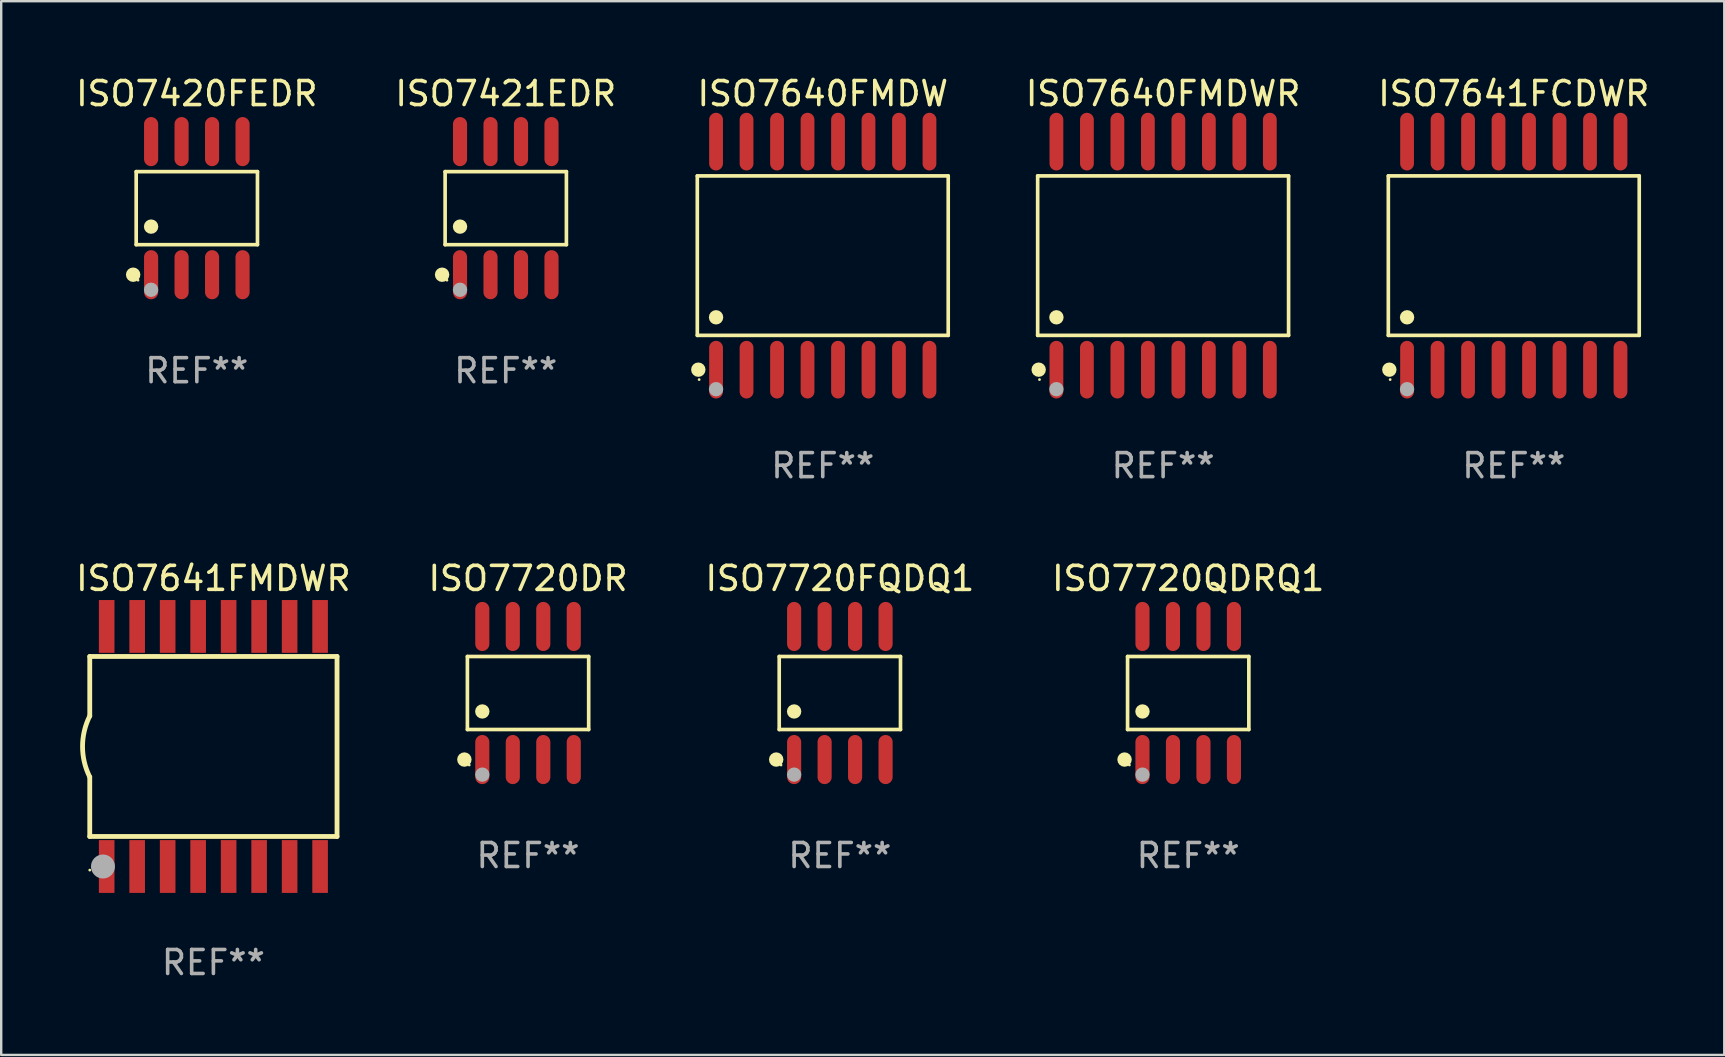
<source format=kicad_pcb>
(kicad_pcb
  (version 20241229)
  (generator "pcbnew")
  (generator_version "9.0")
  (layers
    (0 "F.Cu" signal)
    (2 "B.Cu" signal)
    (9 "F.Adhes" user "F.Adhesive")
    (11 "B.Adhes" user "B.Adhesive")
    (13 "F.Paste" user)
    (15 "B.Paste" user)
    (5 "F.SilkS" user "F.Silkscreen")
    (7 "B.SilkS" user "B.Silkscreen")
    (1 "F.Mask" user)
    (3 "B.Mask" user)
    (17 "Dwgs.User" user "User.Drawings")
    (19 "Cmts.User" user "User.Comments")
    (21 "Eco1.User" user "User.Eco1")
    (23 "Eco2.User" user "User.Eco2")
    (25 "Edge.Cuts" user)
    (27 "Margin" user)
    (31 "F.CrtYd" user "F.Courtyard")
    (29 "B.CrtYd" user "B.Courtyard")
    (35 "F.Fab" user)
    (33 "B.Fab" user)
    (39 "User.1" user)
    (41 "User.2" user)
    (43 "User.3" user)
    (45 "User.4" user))
  (footprint "ISO7720QDRQ1"
    (layer "F.Cu")
    (at 46.446 25.818)
    (property "Reference" "ISO7720QDRQ1" (at 0 -4.772 0) (layer "F.SilkS") (effects (font (size 1 1) (thickness 0.15))))
    (attr through_hole)
    (fp_line (start -2.526 -1.521) (end 2.526 -1.521) (stroke (width 0.152) (type solid)) (layer "F.SilkS"))
    (fp_line (start -2.526 1.521) (end -2.526 -1.521) (stroke (width 0.152) (type solid)) (layer "F.SilkS"))
    (fp_line (start 2.526 -1.521) (end 2.526 1.521) (stroke (width 0.152) (type solid)) (layer "F.SilkS"))
    (fp_line (start 2.526 1.521) (end -2.526 1.521) (stroke (width 0.152) (type solid)) (layer "F.SilkS"))
    (fp_circle (center -2.652 2.772) (end -2.501 2.772) (stroke (width 0.3) (type solid)) (fill no) (layer "F.SilkS"))
    (fp_circle (center -2.45 3) (end -2.42 3) (stroke (width 0.06) (type solid)) (fill no) (layer "F.SilkS"))
    (fp_circle (center -1.905 0.769) (end -1.755 0.769) (stroke (width 0.3) (type solid)) (fill no) (layer "F.SilkS"))
    (fp_circle (center -1.905 3.4) (end -1.755 3.4) (stroke (width 0.3) (type solid)) (fill no) (layer "F.Fab"))
    (fp_text user "REF**" (at 0 6.772 0) (layer "F.Fab") (effects (font (size 1 1) (thickness 0.15))))
    (pad "1" smd oval (at -1.905 2.772) (size 0.588 2.045) (layers "F.Cu" "F.Mask" "F.Paste"))
    (pad "2" smd oval (at -0.635 2.772) (size 0.588 2.045) (layers "F.Cu" "F.Mask" "F.Paste"))
    (pad "3" smd oval (at 0.635 2.772) (size 0.588 2.045) (layers "F.Cu" "F.Mask" "F.Paste"))
    (pad "4" smd oval (at 1.905 2.772) (size 0.588 2.045) (layers "F.Cu" "F.Mask" "F.Paste"))
    (pad "5" smd oval (at 1.905 -2.772) (size 0.588 2.045) (layers "F.Cu" "F.Mask" "F.Paste"))
    (pad "6" smd oval (at 0.635 -2.772) (size 0.588 2.045) (layers "F.Cu" "F.Mask" "F.Paste"))
    (pad "7" smd oval (at -0.635 -2.772) (size 0.588 2.045) (layers "F.Cu" "F.Mask" "F.Paste"))
    (pad "8" smd oval (at -1.905 -2.772) (size 0.588 2.045) (layers "F.Cu" "F.Mask" "F.Paste")))
  (footprint "ISO7720DR"
    (layer "F.Cu")
    (at 18.946 25.818)
    (property "Reference" "ISO7720DR" (at 0 -4.772 0) (layer "F.SilkS") (effects (font (size 1 1) (thickness 0.15))))
    (attr through_hole)
    (fp_line (start -2.526 -1.521) (end 2.526 -1.521) (stroke (width 0.152) (type solid)) (layer "F.SilkS"))
    (fp_line (start -2.526 1.521) (end -2.526 -1.521) (stroke (width 0.152) (type solid)) (layer "F.SilkS"))
    (fp_line (start 2.526 -1.521) (end 2.526 1.521) (stroke (width 0.152) (type solid)) (layer "F.SilkS"))
    (fp_line (start 2.526 1.521) (end -2.526 1.521) (stroke (width 0.152) (type solid)) (layer "F.SilkS"))
    (fp_circle (center -2.652 2.772) (end -2.501 2.772) (stroke (width 0.3) (type solid)) (fill no) (layer "F.SilkS"))
    (fp_circle (center -2.45 3) (end -2.42 3) (stroke (width 0.06) (type solid)) (fill no) (layer "F.SilkS"))
    (fp_circle (center -1.905 0.769) (end -1.755 0.769) (stroke (width 0.3) (type solid)) (fill no) (layer "F.SilkS"))
    (fp_circle (center -1.905 3.4) (end -1.755 3.4) (stroke (width 0.3) (type solid)) (fill no) (layer "F.Fab"))
    (fp_text user "REF**" (at 0 6.772 0) (layer "F.Fab") (effects (font (size 1 1) (thickness 0.15))))
    (pad "1" smd oval (at -1.905 2.772) (size 0.588 2.045) (layers "F.Cu" "F.Mask" "F.Paste"))
    (pad "2" smd oval (at -0.635 2.772) (size 0.588 2.045) (layers "F.Cu" "F.Mask" "F.Paste"))
    (pad "3" smd oval (at 0.635 2.772) (size 0.588 2.045) (layers "F.Cu" "F.Mask" "F.Paste"))
    (pad "4" smd oval (at 1.905 2.772) (size 0.588 2.045) (layers "F.Cu" "F.Mask" "F.Paste"))
    (pad "5" smd oval (at 1.905 -2.772) (size 0.588 2.045) (layers "F.Cu" "F.Mask" "F.Paste"))
    (pad "6" smd oval (at 0.635 -2.772) (size 0.588 2.045) (layers "F.Cu" "F.Mask" "F.Paste"))
    (pad "7" smd oval (at -0.635 -2.772) (size 0.588 2.045) (layers "F.Cu" "F.Mask" "F.Paste"))
    (pad "8" smd oval (at -1.905 -2.772) (size 0.588 2.045) (layers "F.Cu" "F.Mask" "F.Paste")))
  (footprint "ISO7641FCDWR"
    (layer "F.Cu")
    (at 60.008 7.599)
    (property "Reference" "ISO7641FCDWR" (at 0 -6.75 0) (layer "F.SilkS") (effects (font (size 1 1) (thickness 0.15))))
    (attr through_hole)
    (fp_line (start -5.226 -3.321) (end 5.226 -3.321) (stroke (width 0.152) (type solid)) (layer "F.SilkS"))
    (fp_line (start -5.226 3.321) (end -5.226 -3.321) (stroke (width 0.152) (type solid)) (layer "F.SilkS"))
    (fp_line (start 5.226 -3.321) (end 5.226 3.321) (stroke (width 0.152) (type solid)) (layer "F.SilkS"))
    (fp_line (start 5.226 3.321) (end -5.226 3.321) (stroke (width 0.152) (type solid)) (layer "F.SilkS"))
    (fp_circle (center -5.184 4.75) (end -5.034 4.75) (stroke (width 0.3) (type solid)) (fill no) (layer "F.SilkS"))
    (fp_circle (center -5.15 5.163) (end -5.12 5.163) (stroke (width 0.06) (type solid)) (fill no) (layer "F.SilkS"))
    (fp_circle (center -4.445 2.569) (end -4.295 2.569) (stroke (width 0.3) (type solid)) (fill no) (layer "F.SilkS"))
    (fp_circle (center -4.445 5.563) (end -4.295 5.563) (stroke (width 0.3) (type solid)) (fill no) (layer "F.Fab"))
    (fp_text user "REF**" (at 0 8.75 0) (layer "F.Fab") (effects (font (size 1 1) (thickness 0.15))))
    (pad "1" smd oval (at -4.445 4.75) (size 0.574 2.401) (layers "F.Cu" "F.Mask" "F.Paste"))
    (pad "2" smd oval (at -3.175 4.75) (size 0.574 2.401) (layers "F.Cu" "F.Mask" "F.Paste"))
    (pad "3" smd oval (at -1.905 4.75) (size 0.574 2.401) (layers "F.Cu" "F.Mask" "F.Paste"))
    (pad "4" smd oval (at -0.635 4.75) (size 0.574 2.401) (layers "F.Cu" "F.Mask" "F.Paste"))
    (pad "5" smd oval (at 0.635 4.75) (size 0.574 2.401) (layers "F.Cu" "F.Mask" "F.Paste"))
    (pad "6" smd oval (at 1.905 4.75) (size 0.574 2.401) (layers "F.Cu" "F.Mask" "F.Paste"))
    (pad "7" smd oval (at 3.175 4.75) (size 0.574 2.401) (layers "F.Cu" "F.Mask" "F.Paste"))
    (pad "8" smd oval (at 4.445 4.75) (size 0.574 2.401) (layers "F.Cu" "F.Mask" "F.Paste"))
    (pad "9" smd oval (at 4.445 -4.75) (size 0.574 2.401) (layers "F.Cu" "F.Mask" "F.Paste"))
    (pad "10" smd oval (at 3.175 -4.75) (size 0.574 2.401) (layers "F.Cu" "F.Mask" "F.Paste"))
    (pad "11" smd oval (at 1.905 -4.75) (size 0.574 2.401) (layers "F.Cu" "F.Mask" "F.Paste"))
    (pad "12" smd oval (at 0.635 -4.75) (size 0.574 2.401) (layers "F.Cu" "F.Mask" "F.Paste"))
    (pad "13" smd oval (at -0.635 -4.75) (size 0.574 2.401) (layers "F.Cu" "F.Mask" "F.Paste"))
    (pad "14" smd oval (at -1.905 -4.75) (size 0.574 2.401) (layers "F.Cu" "F.Mask" "F.Paste"))
    (pad "15" smd oval (at -3.175 -4.75) (size 0.574 2.401) (layers "F.Cu" "F.Mask" "F.Paste"))
    (pad "16" smd oval (at -4.445 -4.75) (size 0.574 2.401) (layers "F.Cu" "F.Mask" "F.Paste")))
  (footprint "ISO7420FEDR"
    (layer "F.Cu")
    (at 5.149 5.621)
    (property "Reference" "ISO7420FEDR" (at 0 -4.772 0) (layer "F.SilkS") (effects (font (size 1 1) (thickness 0.15))))
    (attr through_hole)
    (fp_line (start -2.526 -1.521) (end 2.526 -1.521) (stroke (width 0.152) (type solid)) (layer "F.SilkS"))
    (fp_line (start -2.526 1.521) (end -2.526 -1.521) (stroke (width 0.152) (type solid)) (layer "F.SilkS"))
    (fp_line (start 2.526 -1.521) (end 2.526 1.521) (stroke (width 0.152) (type solid)) (layer "F.SilkS"))
    (fp_line (start 2.526 1.521) (end -2.526 1.521) (stroke (width 0.152) (type solid)) (layer "F.SilkS"))
    (fp_circle (center -2.652 2.772) (end -2.501 2.772) (stroke (width 0.3) (type solid)) (fill no) (layer "F.SilkS"))
    (fp_circle (center -2.45 3) (end -2.42 3) (stroke (width 0.06) (type solid)) (fill no) (layer "F.SilkS"))
    (fp_circle (center -1.905 0.769) (end -1.755 0.769) (stroke (width 0.3) (type solid)) (fill no) (layer "F.SilkS"))
    (fp_circle (center -1.905 3.4) (end -1.755 3.4) (stroke (width 0.3) (type solid)) (fill no) (layer "F.Fab"))
    (fp_text user "REF**" (at 0 6.772 0) (layer "F.Fab") (effects (font (size 1 1) (thickness 0.15))))
    (pad "1" smd oval (at -1.905 2.772) (size 0.588 2.045) (layers "F.Cu" "F.Mask" "F.Paste"))
    (pad "2" smd oval (at -0.635 2.772) (size 0.588 2.045) (layers "F.Cu" "F.Mask" "F.Paste"))
    (pad "3" smd oval (at 0.635 2.772) (size 0.588 2.045) (layers "F.Cu" "F.Mask" "F.Paste"))
    (pad "4" smd oval (at 1.905 2.772) (size 0.588 2.045) (layers "F.Cu" "F.Mask" "F.Paste"))
    (pad "5" smd oval (at 1.905 -2.772) (size 0.588 2.045) (layers "F.Cu" "F.Mask" "F.Paste"))
    (pad "6" smd oval (at 0.635 -2.772) (size 0.588 2.045) (layers "F.Cu" "F.Mask" "F.Paste"))
    (pad "7" smd oval (at -0.635 -2.772) (size 0.588 2.045) (layers "F.Cu" "F.Mask" "F.Paste"))
    (pad "8" smd oval (at -1.905 -2.772) (size 0.588 2.045) (layers "F.Cu" "F.Mask" "F.Paste")))
  (footprint "ISO7640FMDWR"
    (layer "F.Cu")
    (at 45.401 7.599)
    (property "Reference" "ISO7640FMDWR" (at 0 -6.75 0) (layer "F.SilkS") (effects (font (size 1 1) (thickness 0.15))))
    (attr through_hole)
    (fp_line (start -5.226 -3.321) (end 5.226 -3.321) (stroke (width 0.152) (type solid)) (layer "F.SilkS"))
    (fp_line (start -5.226 3.321) (end -5.226 -3.321) (stroke (width 0.152) (type solid)) (layer "F.SilkS"))
    (fp_line (start 5.226 -3.321) (end 5.226 3.321) (stroke (width 0.152) (type solid)) (layer "F.SilkS"))
    (fp_line (start 5.226 3.321) (end -5.226 3.321) (stroke (width 0.152) (type solid)) (layer "F.SilkS"))
    (fp_circle (center -5.184 4.75) (end -5.034 4.75) (stroke (width 0.3) (type solid)) (fill no) (layer "F.SilkS"))
    (fp_circle (center -5.15 5.163) (end -5.12 5.163) (stroke (width 0.06) (type solid)) (fill no) (layer "F.SilkS"))
    (fp_circle (center -4.445 2.569) (end -4.295 2.569) (stroke (width 0.3) (type solid)) (fill no) (layer "F.SilkS"))
    (fp_circle (center -4.445 5.563) (end -4.295 5.563) (stroke (width 0.3) (type solid)) (fill no) (layer "F.Fab"))
    (fp_text user "REF**" (at 0 8.75 0) (layer "F.Fab") (effects (font (size 1 1) (thickness 0.15))))
    (pad "1" smd oval (at -4.445 4.75) (size 0.574 2.401) (layers "F.Cu" "F.Mask" "F.Paste"))
    (pad "2" smd oval (at -3.175 4.75) (size 0.574 2.401) (layers "F.Cu" "F.Mask" "F.Paste"))
    (pad "3" smd oval (at -1.905 4.75) (size 0.574 2.401) (layers "F.Cu" "F.Mask" "F.Paste"))
    (pad "4" smd oval (at -0.635 4.75) (size 0.574 2.401) (layers "F.Cu" "F.Mask" "F.Paste"))
    (pad "5" smd oval (at 0.635 4.75) (size 0.574 2.401) (layers "F.Cu" "F.Mask" "F.Paste"))
    (pad "6" smd oval (at 1.905 4.75) (size 0.574 2.401) (layers "F.Cu" "F.Mask" "F.Paste"))
    (pad "7" smd oval (at 3.175 4.75) (size 0.574 2.401) (layers "F.Cu" "F.Mask" "F.Paste"))
    (pad "8" smd oval (at 4.445 4.75) (size 0.574 2.401) (layers "F.Cu" "F.Mask" "F.Paste"))
    (pad "9" smd oval (at 4.445 -4.75) (size 0.574 2.401) (layers "F.Cu" "F.Mask" "F.Paste"))
    (pad "10" smd oval (at 3.175 -4.75) (size 0.574 2.401) (layers "F.Cu" "F.Mask" "F.Paste"))
    (pad "11" smd oval (at 1.905 -4.75) (size 0.574 2.401) (layers "F.Cu" "F.Mask" "F.Paste"))
    (pad "12" smd oval (at 0.635 -4.75) (size 0.574 2.401) (layers "F.Cu" "F.Mask" "F.Paste"))
    (pad "13" smd oval (at -0.635 -4.75) (size 0.574 2.401) (layers "F.Cu" "F.Mask" "F.Paste"))
    (pad "14" smd oval (at -1.905 -4.75) (size 0.574 2.401) (layers "F.Cu" "F.Mask" "F.Paste"))
    (pad "15" smd oval (at -3.175 -4.75) (size 0.574 2.401) (layers "F.Cu" "F.Mask" "F.Paste"))
    (pad "16" smd oval (at -4.445 -4.75) (size 0.574 2.401) (layers "F.Cu" "F.Mask" "F.Paste")))
  (footprint "ISO7720FQDQ1"
    (layer "F.Cu")
    (at 31.935 25.818)
    (property "Reference" "ISO7720FQDQ1" (at 0 -4.772 0) (layer "F.SilkS") (effects (font (size 1 1) (thickness 0.15))))
    (attr through_hole)
    (fp_line (start -2.526 -1.521) (end 2.526 -1.521) (stroke (width 0.152) (type solid)) (layer "F.SilkS"))
    (fp_line (start -2.526 1.521) (end -2.526 -1.521) (stroke (width 0.152) (type solid)) (layer "F.SilkS"))
    (fp_line (start 2.526 -1.521) (end 2.526 1.521) (stroke (width 0.152) (type solid)) (layer "F.SilkS"))
    (fp_line (start 2.526 1.521) (end -2.526 1.521) (stroke (width 0.152) (type solid)) (layer "F.SilkS"))
    (fp_circle (center -2.652 2.772) (end -2.501 2.772) (stroke (width 0.3) (type solid)) (fill no) (layer "F.SilkS"))
    (fp_circle (center -2.45 3) (end -2.42 3) (stroke (width 0.06) (type solid)) (fill no) (layer "F.SilkS"))
    (fp_circle (center -1.905 0.769) (end -1.755 0.769) (stroke (width 0.3) (type solid)) (fill no) (layer "F.SilkS"))
    (fp_circle (center -1.905 3.4) (end -1.755 3.4) (stroke (width 0.3) (type solid)) (fill no) (layer "F.Fab"))
    (fp_text user "REF**" (at 0 6.772 0) (layer "F.Fab") (effects (font (size 1 1) (thickness 0.15))))
    (pad "1" smd oval (at -1.905 2.772) (size 0.588 2.045) (layers "F.Cu" "F.Mask" "F.Paste"))
    (pad "2" smd oval (at -0.635 2.772) (size 0.588 2.045) (layers "F.Cu" "F.Mask" "F.Paste"))
    (pad "3" smd oval (at 0.635 2.772) (size 0.588 2.045) (layers "F.Cu" "F.Mask" "F.Paste"))
    (pad "4" smd oval (at 1.905 2.772) (size 0.588 2.045) (layers "F.Cu" "F.Mask" "F.Paste"))
    (pad "5" smd oval (at 1.905 -2.772) (size 0.588 2.045) (layers "F.Cu" "F.Mask" "F.Paste"))
    (pad "6" smd oval (at 0.635 -2.772) (size 0.588 2.045) (layers "F.Cu" "F.Mask" "F.Paste"))
    (pad "7" smd oval (at -0.635 -2.772) (size 0.588 2.045) (layers "F.Cu" "F.Mask" "F.Paste"))
    (pad "8" smd oval (at -1.905 -2.772) (size 0.588 2.045) (layers "F.Cu" "F.Mask" "F.Paste")))
  (footprint "ISO7641FMDWR"
    (layer "F.Cu")
    (at 5.839 28.045)
    (property "Reference" "ISO7641FMDWR" (at 0 -7 0) (layer "F.SilkS") (effects (font (size 1 1) (thickness 0.15))))
    (attr through_hole)
    (fp_line (start -5.15 -3.75) (end -5.15 -1.27) (stroke (width 0.2) (type solid)) (layer "F.SilkS"))
    (fp_line (start -5.15 -3.75) (end 5.15 -3.75) (stroke (width 0.2) (type solid)) (layer "F.SilkS"))
    (fp_line (start -5.15 3.75) (end -5.15 1.27) (stroke (width 0.2) (type solid)) (layer "F.SilkS"))
    (fp_line (start 5.15 -3.75) (end 5.15 3.75) (stroke (width 0.2) (type solid)) (layer "F.SilkS"))
    (fp_line (start 5.15 3.75) (end -5.15 3.75) (stroke (width 0.2) (type solid)) (layer "F.SilkS"))
    (fp_arc (start -5.151131 1.270003) (mid -5.450556 -0.000132) (end -5.150013 -1.270003) (stroke (width 0.2) (type solid)) (layer "F.SilkS"))
    (fp_circle (center -5.15 5.15) (end -5.12 5.15) (stroke (width 0.06) (type solid)) (fill no) (layer "F.SilkS"))
    (fp_circle (center -4.6 5) (end -4.35 5) (stroke (width 0.5) (type solid)) (fill no) (layer "F.Fab"))
    (fp_text user "REF**" (at 0 9 0) (layer "F.Fab") (effects (font (size 1 1) (thickness 0.15))))
    (pad "1" smd rect (at -4.445 5) (size 0.65 2.2) (layers "F.Cu" "F.Mask" "F.Paste"))
    (pad "2" smd rect (at -3.175 5) (size 0.65 2.2) (layers "F.Cu" "F.Mask" "F.Paste"))
    (pad "3" smd rect (at -1.905 5) (size 0.65 2.2) (layers "F.Cu" "F.Mask" "F.Paste"))
    (pad "4" smd rect (at -0.635 5) (size 0.65 2.2) (layers "F.Cu" "F.Mask" "F.Paste"))
    (pad "5" smd rect (at 0.635 5) (size 0.65 2.2) (layers "F.Cu" "F.Mask" "F.Paste"))
    (pad "6" smd rect (at 1.905 5) (size 0.65 2.2) (layers "F.Cu" "F.Mask" "F.Paste"))
    (pad "7" smd rect (at 3.175 5) (size 0.65 2.2) (layers "F.Cu" "F.Mask" "F.Paste"))
    (pad "8" smd rect (at 4.445 5) (size 0.65 2.2) (layers "F.Cu" "F.Mask" "F.Paste"))
    (pad "9" smd rect (at 4.445 -5) (size 0.65 2.2) (layers "F.Cu" "F.Mask" "F.Paste"))
    (pad "10" smd rect (at 3.175 -5) (size 0.65 2.2) (layers "F.Cu" "F.Mask" "F.Paste"))
    (pad "11" smd rect (at 1.905 -5) (size 0.65 2.2) (layers "F.Cu" "F.Mask" "F.Paste"))
    (pad "12" smd rect (at 0.635 -5) (size 0.65 2.2) (layers "F.Cu" "F.Mask" "F.Paste"))
    (pad "13" smd rect (at -0.635 -5) (size 0.65 2.2) (layers "F.Cu" "F.Mask" "F.Paste"))
    (pad "14" smd rect (at -1.905 -5) (size 0.65 2.2) (layers "F.Cu" "F.Mask" "F.Paste"))
    (pad "15" smd rect (at -3.175 -5) (size 0.65 2.2) (layers "F.Cu" "F.Mask" "F.Paste"))
    (pad "16" smd rect (at -4.445 -5) (size 0.65 2.2) (layers "F.Cu" "F.Mask" "F.Paste")))
  (footprint "ISO7640FMDW"
    (layer "F.Cu")
    (at 31.223 7.599)
    (property "Reference" "ISO7640FMDW" (at 0 -6.75 0) (layer "F.SilkS") (effects (font (size 1 1) (thickness 0.15))))
    (attr through_hole)
    (fp_line (start -5.226 -3.321) (end 5.226 -3.321) (stroke (width 0.152) (type solid)) (layer "F.SilkS"))
    (fp_line (start -5.226 3.321) (end -5.226 -3.321) (stroke (width 0.152) (type solid)) (layer "F.SilkS"))
    (fp_line (start 5.226 -3.321) (end 5.226 3.321) (stroke (width 0.152) (type solid)) (layer "F.SilkS"))
    (fp_line (start 5.226 3.321) (end -5.226 3.321) (stroke (width 0.152) (type solid)) (layer "F.SilkS"))
    (fp_circle (center -5.184 4.75) (end -5.034 4.75) (stroke (width 0.3) (type solid)) (fill no) (layer "F.SilkS"))
    (fp_circle (center -5.15 5.163) (end -5.12 5.163) (stroke (width 0.06) (type solid)) (fill no) (layer "F.SilkS"))
    (fp_circle (center -4.445 2.569) (end -4.295 2.569) (stroke (width 0.3) (type solid)) (fill no) (layer "F.SilkS"))
    (fp_circle (center -4.445 5.563) (end -4.295 5.563) (stroke (width 0.3) (type solid)) (fill no) (layer "F.Fab"))
    (fp_text user "REF**" (at 0 8.75 0) (layer "F.Fab") (effects (font (size 1 1) (thickness 0.15))))
    (pad "1" smd oval (at -4.445 4.75) (size 0.574 2.401) (layers "F.Cu" "F.Mask" "F.Paste"))
    (pad "2" smd oval (at -3.175 4.75) (size 0.574 2.401) (layers "F.Cu" "F.Mask" "F.Paste"))
    (pad "3" smd oval (at -1.905 4.75) (size 0.574 2.401) (layers "F.Cu" "F.Mask" "F.Paste"))
    (pad "4" smd oval (at -0.635 4.75) (size 0.574 2.401) (layers "F.Cu" "F.Mask" "F.Paste"))
    (pad "5" smd oval (at 0.635 4.75) (size 0.574 2.401) (layers "F.Cu" "F.Mask" "F.Paste"))
    (pad "6" smd oval (at 1.905 4.75) (size 0.574 2.401) (layers "F.Cu" "F.Mask" "F.Paste"))
    (pad "7" smd oval (at 3.175 4.75) (size 0.574 2.401) (layers "F.Cu" "F.Mask" "F.Paste"))
    (pad "8" smd oval (at 4.445 4.75) (size 0.574 2.401) (layers "F.Cu" "F.Mask" "F.Paste"))
    (pad "9" smd oval (at 4.445 -4.75) (size 0.574 2.401) (layers "F.Cu" "F.Mask" "F.Paste"))
    (pad "10" smd oval (at 3.175 -4.75) (size 0.574 2.401) (layers "F.Cu" "F.Mask" "F.Paste"))
    (pad "11" smd oval (at 1.905 -4.75) (size 0.574 2.401) (layers "F.Cu" "F.Mask" "F.Paste"))
    (pad "12" smd oval (at 0.635 -4.75) (size 0.574 2.401) (layers "F.Cu" "F.Mask" "F.Paste"))
    (pad "13" smd oval (at -0.635 -4.75) (size 0.574 2.401) (layers "F.Cu" "F.Mask" "F.Paste"))
    (pad "14" smd oval (at -1.905 -4.75) (size 0.574 2.401) (layers "F.Cu" "F.Mask" "F.Paste"))
    (pad "15" smd oval (at -3.175 -4.75) (size 0.574 2.401) (layers "F.Cu" "F.Mask" "F.Paste"))
    (pad "16" smd oval (at -4.445 -4.75) (size 0.574 2.401) (layers "F.Cu" "F.Mask" "F.Paste")))
  (footprint "ISO7421EDR"
    (layer "F.Cu")
    (at 18.018 5.621)
    (property "Reference" "ISO7421EDR" (at 0 -4.772 0) (layer "F.SilkS") (effects (font (size 1 1) (thickness 0.15))))
    (attr through_hole)
    (fp_line (start -2.526 -1.521) (end 2.526 -1.521) (stroke (width 0.152) (type solid)) (layer "F.SilkS"))
    (fp_line (start -2.526 1.521) (end -2.526 -1.521) (stroke (width 0.152) (type solid)) (layer "F.SilkS"))
    (fp_line (start 2.526 -1.521) (end 2.526 1.521) (stroke (width 0.152) (type solid)) (layer "F.SilkS"))
    (fp_line (start 2.526 1.521) (end -2.526 1.521) (stroke (width 0.152) (type solid)) (layer "F.SilkS"))
    (fp_circle (center -2.652 2.772) (end -2.501 2.772) (stroke (width 0.3) (type solid)) (fill no) (layer "F.SilkS"))
    (fp_circle (center -2.45 3) (end -2.42 3) (stroke (width 0.06) (type solid)) (fill no) (layer "F.SilkS"))
    (fp_circle (center -1.905 0.769) (end -1.755 0.769) (stroke (width 0.3) (type solid)) (fill no) (layer "F.SilkS"))
    (fp_circle (center -1.905 3.4) (end -1.755 3.4) (stroke (width 0.3) (type solid)) (fill no) (layer "F.Fab"))
    (fp_text user "REF**" (at 0 6.772 0) (layer "F.Fab") (effects (font (size 1 1) (thickness 0.15))))
    (pad "1" smd oval (at -1.905 2.772) (size 0.588 2.045) (layers "F.Cu" "F.Mask" "F.Paste"))
    (pad "2" smd oval (at -0.635 2.772) (size 0.588 2.045) (layers "F.Cu" "F.Mask" "F.Paste"))
    (pad "3" smd oval (at 0.635 2.772) (size 0.588 2.045) (layers "F.Cu" "F.Mask" "F.Paste"))
    (pad "4" smd oval (at 1.905 2.772) (size 0.588 2.045) (layers "F.Cu" "F.Mask" "F.Paste"))
    (pad "5" smd oval (at 1.905 -2.772) (size 0.588 2.045) (layers "F.Cu" "F.Mask" "F.Paste"))
    (pad "6" smd oval (at 0.635 -2.772) (size 0.588 2.045) (layers "F.Cu" "F.Mask" "F.Paste"))
    (pad "7" smd oval (at -0.635 -2.772) (size 0.588 2.045) (layers "F.Cu" "F.Mask" "F.Paste"))
    (pad "8" smd oval (at -1.905 -2.772) (size 0.588 2.045) (layers "F.Cu" "F.Mask" "F.Paste")))
  (gr_rect
    (start -3 -3)
    (end 68.776 40.894)
    (stroke (width 0.1) (type default))
    (fill no)
    (layer "Edge.Cuts")))
</source>
